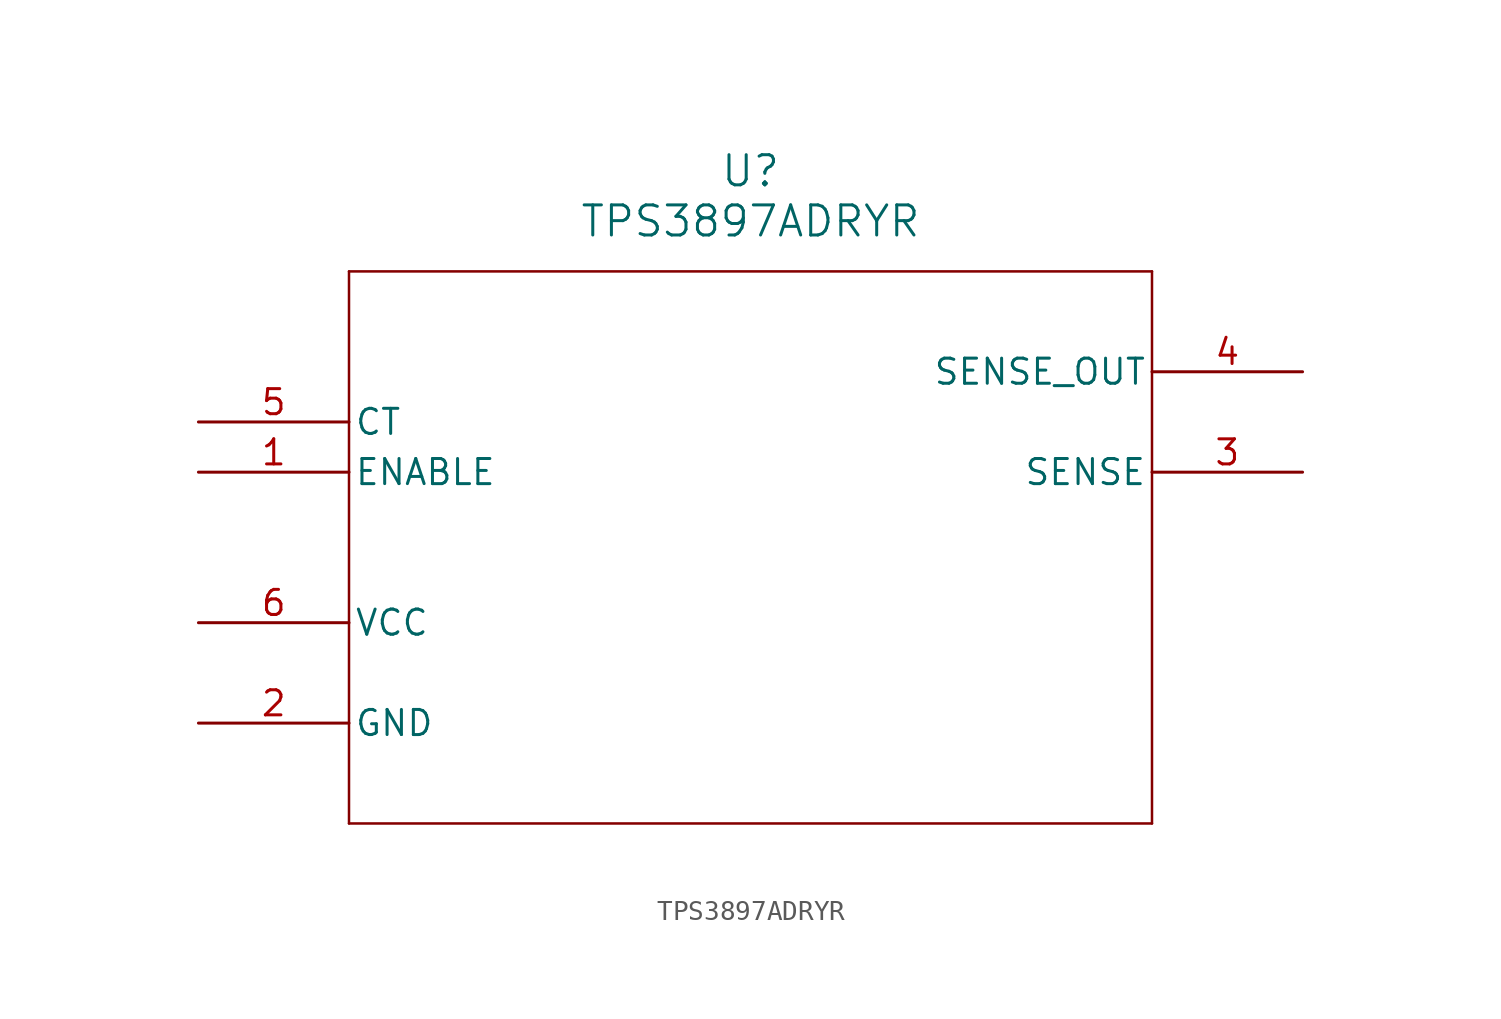
<source format=kicad_sym>
(kicad_symbol_lib
  (version 20211014)
  (generator kicad_symbol_editor)
  (symbol "TPS3897ADRYR"
    (pin_names
      (offset 0.254))
    (property "Reference" "U"
      (at 27.94 12.7 0)
      (effects (font (size 1.524 1.524))))
    (property "Value" "TPS3897ADRYR"
      (at 27.94 10.16 0)
      (effects (font (size 1.524 1.524))))
    (symbol "TPS3897ADRYR_0_1"
      (polyline (pts (xy 7.62 7.62) (xy 7.62 -20.32)) (stroke (width 0.127) (type default) (color 0 0 0 0)) (fill (type none)))
      (polyline (pts (xy 7.62 -20.32) (xy 48.26 -20.32)) (stroke (width 0.127) (type default) (color 0 0 0 0)) (fill (type none)))
      (polyline (pts (xy 48.26 -20.32) (xy 48.26 7.62)) (stroke (width 0.127) (type default) (color 0 0 0 0)) (fill (type none)))
      (polyline (pts (xy 48.26 7.62) (xy 7.62 7.62)) (stroke (width 0.127) (type default) (color 0 0 0 0)) (fill (type none)))
      (pin unspecified line (at 0 -2.54 0) (length 7.62) (name "ENABLE" (effects (font (size 1.27 1.27)))) (number "1" (effects (font (size 1.27 1.27)))))
      (pin power_in line (at 0 -15.24 0) (length 7.62) (name "GND" (effects (font (size 1.27 1.27)))) (number "2" (effects (font (size 1.27 1.27)))))
      (pin unspecified line (at 55.88 -2.54 180) (length 7.62) (name "SENSE" (effects (font (size 1.27 1.27)))) (number "3" (effects (font (size 1.27 1.27)))))
      (pin output line (at 55.88 2.54 180) (length 7.62) (name "SENSE_OUT" (effects (font (size 1.27 1.27)))) (number "4" (effects (font (size 1.27 1.27)))))
      (pin unspecified line (at 0 0 0) (length 7.62) (name "CT" (effects (font (size 1.27 1.27)))) (number "5" (effects (font (size 1.27 1.27)))))
      (pin power_in line (at 0 -10.16 0) (length 7.62) (name "VCC" (effects (font (size 1.27 1.27)))) (number "6" (effects (font (size 1.27 1.27))))))))
</source>
